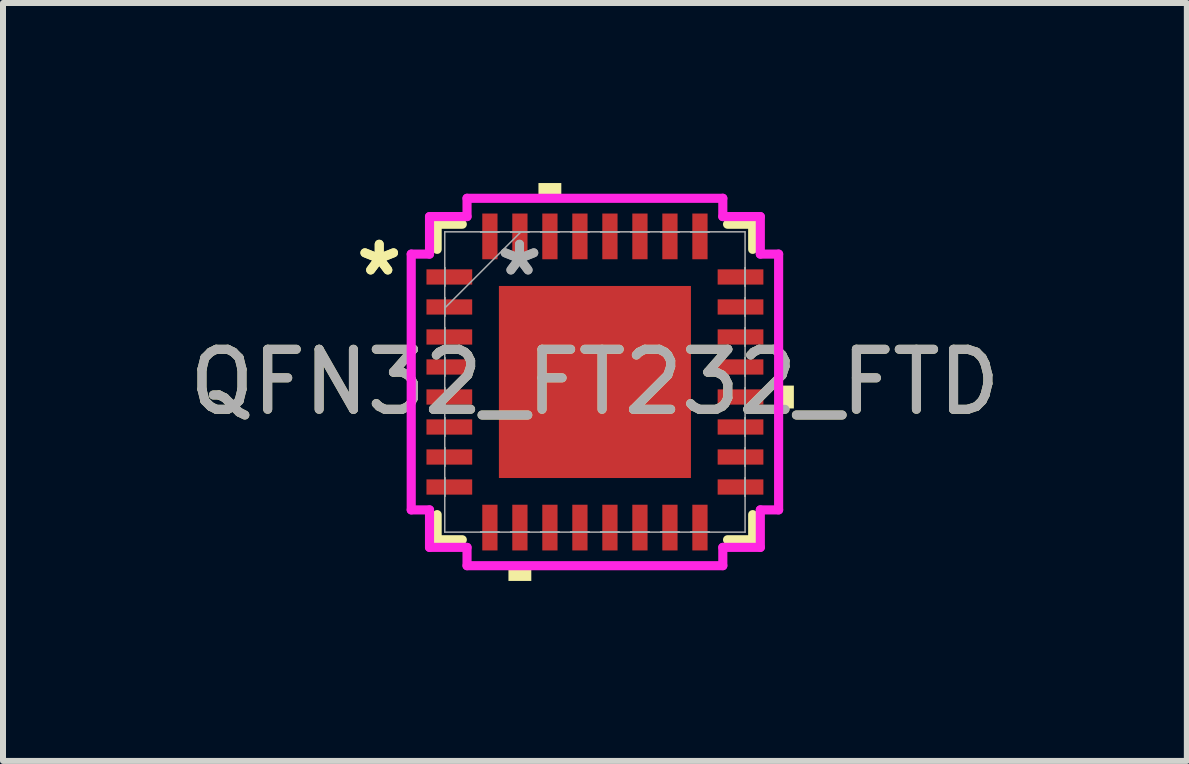
<source format=kicad_pcb>
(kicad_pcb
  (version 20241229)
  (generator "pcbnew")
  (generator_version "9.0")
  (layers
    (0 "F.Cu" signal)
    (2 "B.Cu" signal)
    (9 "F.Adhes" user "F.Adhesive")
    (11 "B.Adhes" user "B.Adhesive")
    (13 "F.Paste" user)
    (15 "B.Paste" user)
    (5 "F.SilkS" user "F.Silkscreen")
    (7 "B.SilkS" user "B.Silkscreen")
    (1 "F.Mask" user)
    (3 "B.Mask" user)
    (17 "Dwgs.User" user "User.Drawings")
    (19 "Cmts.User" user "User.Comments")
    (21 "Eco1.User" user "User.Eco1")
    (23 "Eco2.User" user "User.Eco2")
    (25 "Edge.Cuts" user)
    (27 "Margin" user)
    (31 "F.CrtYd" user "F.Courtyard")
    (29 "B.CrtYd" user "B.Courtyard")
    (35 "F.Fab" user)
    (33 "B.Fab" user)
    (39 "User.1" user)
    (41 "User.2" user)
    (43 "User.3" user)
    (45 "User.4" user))
  (footprint "QFN32_FT232_FTD"
    (layer "F.Cu")
    (at 6.863 3.315)
    (property "Reference" "QFN32_FT232_FTD" (at 0 0 0) (unlocked yes) (layer "F.SilkS") (effects (font (size 1 1) (thickness 0.15))))
    (attr smd)
    (fp_line (start -2.629 -2.629) (end -2.629 -2.21) (stroke (width 0.152) (type solid)) (layer "F.SilkS"))
    (fp_line (start -2.629 2.21) (end -2.629 2.629) (stroke (width 0.152) (type solid)) (layer "F.SilkS"))
    (fp_line (start -2.629 2.629) (end -2.21 2.629) (stroke (width 0.152) (type solid)) (layer "F.SilkS"))
    (fp_line (start -2.21 -2.629) (end -2.629 -2.629) (stroke (width 0.152) (type solid)) (layer "F.SilkS"))
    (fp_line (start 2.21 2.629) (end 2.629 2.629) (stroke (width 0.152) (type solid)) (layer "F.SilkS"))
    (fp_line (start 2.629 -2.629) (end 2.21 -2.629) (stroke (width 0.152) (type solid)) (layer "F.SilkS"))
    (fp_line (start 2.629 -2.21) (end 2.629 -2.629) (stroke (width 0.152) (type solid)) (layer "F.SilkS"))
    (fp_line (start 2.629 2.629) (end 2.629 2.21) (stroke (width 0.152) (type solid)) (layer "F.SilkS"))
    (fp_poly (pts (xy -1.441 3.061) (xy -1.441 3.315) (xy -1.06 3.315) (xy -1.06 3.061)) (stroke (width 0) (type solid)) (fill yes) (layer "F.SilkS"))
    (fp_poly (pts (xy -0.941 -3.061) (xy -0.941 -3.315) (xy -0.56 -3.315) (xy -0.56 -3.061)) (stroke (width 0) (type solid)) (fill yes) (layer "F.SilkS"))
    (fp_poly (pts (xy 3.315 0.06) (xy 3.315 0.441) (xy 3.061 0.441) (xy 3.061 0.06)) (stroke (width 0) (type solid)) (fill yes) (layer "F.SilkS"))
    (fp_line (start -3.061 -2.131) (end -2.756 -2.131) (stroke (width 0.152) (type solid)) (layer "F.CrtYd"))
    (fp_line (start -3.061 2.131) (end -3.061 -2.131) (stroke (width 0.152) (type solid)) (layer "F.CrtYd"))
    (fp_line (start -2.756 -2.756) (end -2.131 -2.756) (stroke (width 0.152) (type solid)) (layer "F.CrtYd"))
    (fp_line (start -2.756 -2.131) (end -2.756 -2.756) (stroke (width 0.152) (type solid)) (layer "F.CrtYd"))
    (fp_line (start -2.756 2.131) (end -3.061 2.131) (stroke (width 0.152) (type solid)) (layer "F.CrtYd"))
    (fp_line (start -2.756 2.756) (end -2.756 2.131) (stroke (width 0.152) (type solid)) (layer "F.CrtYd"))
    (fp_line (start -2.131 -3.061) (end 2.131 -3.061) (stroke (width 0.152) (type solid)) (layer "F.CrtYd"))
    (fp_line (start -2.131 -2.756) (end -2.131 -3.061) (stroke (width 0.152) (type solid)) (layer "F.CrtYd"))
    (fp_line (start -2.131 2.756) (end -2.756 2.756) (stroke (width 0.152) (type solid)) (layer "F.CrtYd"))
    (fp_line (start -2.131 3.061) (end -2.131 2.756) (stroke (width 0.152) (type solid)) (layer "F.CrtYd"))
    (fp_line (start 2.131 -3.061) (end 2.131 -2.756) (stroke (width 0.152) (type solid)) (layer "F.CrtYd"))
    (fp_line (start 2.131 -2.756) (end 2.756 -2.756) (stroke (width 0.152) (type solid)) (layer "F.CrtYd"))
    (fp_line (start 2.131 2.756) (end 2.131 3.061) (stroke (width 0.152) (type solid)) (layer "F.CrtYd"))
    (fp_line (start 2.131 3.061) (end -2.131 3.061) (stroke (width 0.152) (type solid)) (layer "F.CrtYd"))
    (fp_line (start 2.756 -2.756) (end 2.756 -2.131) (stroke (width 0.152) (type solid)) (layer "F.CrtYd"))
    (fp_line (start 2.756 -2.131) (end 3.061 -2.131) (stroke (width 0.152) (type solid)) (layer "F.CrtYd"))
    (fp_line (start 2.756 2.131) (end 2.756 2.756) (stroke (width 0.152) (type solid)) (layer "F.CrtYd"))
    (fp_line (start 2.756 2.756) (end 2.131 2.756) (stroke (width 0.152) (type solid)) (layer "F.CrtYd"))
    (fp_line (start 3.061 -2.131) (end 3.061 2.131) (stroke (width 0.152) (type solid)) (layer "F.CrtYd"))
    (fp_line (start 3.061 2.131) (end 2.756 2.131) (stroke (width 0.152) (type solid)) (layer "F.CrtYd"))
    (fp_line (start -2.502 -2.502) (end -2.502 2.502) (stroke (width 0.025) (type solid)) (layer "F.Fab"))
    (fp_line (start -2.502 -1.903) (end -2.502 -1.903) (stroke (width 0.025) (type solid)) (layer "F.Fab"))
    (fp_line (start -2.502 -1.903) (end -2.502 -1.598) (stroke (width 0.025) (type solid)) (layer "F.Fab"))
    (fp_line (start -2.502 -1.598) (end -2.502 -1.903) (stroke (width 0.025) (type solid)) (layer "F.Fab"))
    (fp_line (start -2.502 -1.598) (end -2.502 -1.598) (stroke (width 0.025) (type solid)) (layer "F.Fab"))
    (fp_line (start -2.502 -1.403) (end -2.502 -1.403) (stroke (width 0.025) (type solid)) (layer "F.Fab"))
    (fp_line (start -2.502 -1.403) (end -2.502 -1.098) (stroke (width 0.025) (type solid)) (layer "F.Fab"))
    (fp_line (start -2.502 -1.232) (end -1.232 -2.502) (stroke (width 0.025) (type solid)) (layer "F.Fab"))
    (fp_line (start -2.502 -1.098) (end -2.502 -1.403) (stroke (width 0.025) (type solid)) (layer "F.Fab"))
    (fp_line (start -2.502 -1.098) (end -2.502 -1.098) (stroke (width 0.025) (type solid)) (layer "F.Fab"))
    (fp_line (start -2.502 -0.903) (end -2.502 -0.903) (stroke (width 0.025) (type solid)) (layer "F.Fab"))
    (fp_line (start -2.502 -0.903) (end -2.502 -0.598) (stroke (width 0.025) (type solid)) (layer "F.Fab"))
    (fp_line (start -2.502 -0.598) (end -2.502 -0.903) (stroke (width 0.025) (type solid)) (layer "F.Fab"))
    (fp_line (start -2.502 -0.598) (end -2.502 -0.598) (stroke (width 0.025) (type solid)) (layer "F.Fab"))
    (fp_line (start -2.502 -0.402) (end -2.502 -0.402) (stroke (width 0.025) (type solid)) (layer "F.Fab"))
    (fp_line (start -2.502 -0.402) (end -2.502 -0.098) (stroke (width 0.025) (type solid)) (layer "F.Fab"))
    (fp_line (start -2.502 -0.098) (end -2.502 -0.402) (stroke (width 0.025) (type solid)) (layer "F.Fab"))
    (fp_line (start -2.502 -0.098) (end -2.502 -0.098) (stroke (width 0.025) (type solid)) (layer "F.Fab"))
    (fp_line (start -2.502 0.098) (end -2.502 0.098) (stroke (width 0.025) (type solid)) (layer "F.Fab"))
    (fp_line (start -2.502 0.098) (end -2.502 0.402) (stroke (width 0.025) (type solid)) (layer "F.Fab"))
    (fp_line (start -2.502 0.402) (end -2.502 0.098) (stroke (width 0.025) (type solid)) (layer "F.Fab"))
    (fp_line (start -2.502 0.402) (end -2.502 0.402) (stroke (width 0.025) (type solid)) (layer "F.Fab"))
    (fp_line (start -2.502 0.598) (end -2.502 0.598) (stroke (width 0.025) (type solid)) (layer "F.Fab"))
    (fp_line (start -2.502 0.598) (end -2.502 0.903) (stroke (width 0.025) (type solid)) (layer "F.Fab"))
    (fp_line (start -2.502 0.903) (end -2.502 0.598) (stroke (width 0.025) (type solid)) (layer "F.Fab"))
    (fp_line (start -2.502 0.903) (end -2.502 0.903) (stroke (width 0.025) (type solid)) (layer "F.Fab"))
    (fp_line (start -2.502 1.098) (end -2.502 1.098) (stroke (width 0.025) (type solid)) (layer "F.Fab"))
    (fp_line (start -2.502 1.098) (end -2.502 1.403) (stroke (width 0.025) (type solid)) (layer "F.Fab"))
    (fp_line (start -2.502 1.403) (end -2.502 1.098) (stroke (width 0.025) (type solid)) (layer "F.Fab"))
    (fp_line (start -2.502 1.403) (end -2.502 1.403) (stroke (width 0.025) (type solid)) (layer "F.Fab"))
    (fp_line (start -2.502 1.598) (end -2.502 1.598) (stroke (width 0.025) (type solid)) (layer "F.Fab"))
    (fp_line (start -2.502 1.598) (end -2.502 1.903) (stroke (width 0.025) (type solid)) (layer "F.Fab"))
    (fp_line (start -2.502 1.903) (end -2.502 1.598) (stroke (width 0.025) (type solid)) (layer "F.Fab"))
    (fp_line (start -2.502 1.903) (end -2.502 1.903) (stroke (width 0.025) (type solid)) (layer "F.Fab"))
    (fp_line (start -2.502 2.502) (end 2.502 2.502) (stroke (width 0.025) (type solid)) (layer "F.Fab"))
    (fp_line (start -1.903 -2.502) (end -1.903 -2.502) (stroke (width 0.025) (type solid)) (layer "F.Fab"))
    (fp_line (start -1.903 -2.502) (end -1.598 -2.502) (stroke (width 0.025) (type solid)) (layer "F.Fab"))
    (fp_line (start -1.903 2.502) (end -1.903 2.502) (stroke (width 0.025) (type solid)) (layer "F.Fab"))
    (fp_line (start -1.903 2.502) (end -1.598 2.502) (stroke (width 0.025) (type solid)) (layer "F.Fab"))
    (fp_line (start -1.598 -2.502) (end -1.903 -2.502) (stroke (width 0.025) (type solid)) (layer "F.Fab"))
    (fp_line (start -1.598 -2.502) (end -1.598 -2.502) (stroke (width 0.025) (type solid)) (layer "F.Fab"))
    (fp_line (start -1.598 2.502) (end -1.903 2.502) (stroke (width 0.025) (type solid)) (layer "F.Fab"))
    (fp_line (start -1.598 2.502) (end -1.598 2.502) (stroke (width 0.025) (type solid)) (layer "F.Fab"))
    (fp_line (start -1.403 -2.502) (end -1.403 -2.502) (stroke (width 0.025) (type solid)) (layer "F.Fab"))
    (fp_line (start -1.403 -2.502) (end -1.098 -2.502) (stroke (width 0.025) (type solid)) (layer "F.Fab"))
    (fp_line (start -1.403 2.502) (end -1.403 2.502) (stroke (width 0.025) (type solid)) (layer "F.Fab"))
    (fp_line (start -1.403 2.502) (end -1.098 2.502) (stroke (width 0.025) (type solid)) (layer "F.Fab"))
    (fp_line (start -1.098 -2.502) (end -1.403 -2.502) (stroke (width 0.025) (type solid)) (layer "F.Fab"))
    (fp_line (start -1.098 -2.502) (end -1.098 -2.502) (stroke (width 0.025) (type solid)) (layer "F.Fab"))
    (fp_line (start -1.098 2.502) (end -1.403 2.502) (stroke (width 0.025) (type solid)) (layer "F.Fab"))
    (fp_line (start -1.098 2.502) (end -1.098 2.502) (stroke (width 0.025) (type solid)) (layer "F.Fab"))
    (fp_line (start -0.903 -2.502) (end -0.903 -2.502) (stroke (width 0.025) (type solid)) (layer "F.Fab"))
    (fp_line (start -0.903 -2.502) (end -0.598 -2.502) (stroke (width 0.025) (type solid)) (layer "F.Fab"))
    (fp_line (start -0.903 2.502) (end -0.903 2.502) (stroke (width 0.025) (type solid)) (layer "F.Fab"))
    (fp_line (start -0.903 2.502) (end -0.598 2.502) (stroke (width 0.025) (type solid)) (layer "F.Fab"))
    (fp_line (start -0.598 -2.502) (end -0.903 -2.502) (stroke (width 0.025) (type solid)) (layer "F.Fab"))
    (fp_line (start -0.598 -2.502) (end -0.598 -2.502) (stroke (width 0.025) (type solid)) (layer "F.Fab"))
    (fp_line (start -0.598 2.502) (end -0.903 2.502) (stroke (width 0.025) (type solid)) (layer "F.Fab"))
    (fp_line (start -0.598 2.502) (end -0.598 2.502) (stroke (width 0.025) (type solid)) (layer "F.Fab"))
    (fp_line (start -0.402 -2.502) (end -0.402 -2.502) (stroke (width 0.025) (type solid)) (layer "F.Fab"))
    (fp_line (start -0.402 -2.502) (end -0.098 -2.502) (stroke (width 0.025) (type solid)) (layer "F.Fab"))
    (fp_line (start -0.402 2.502) (end -0.402 2.502) (stroke (width 0.025) (type solid)) (layer "F.Fab"))
    (fp_line (start -0.402 2.502) (end -0.098 2.502) (stroke (width 0.025) (type solid)) (layer "F.Fab"))
    (fp_line (start -0.098 -2.502) (end -0.402 -2.502) (stroke (width 0.025) (type solid)) (layer "F.Fab"))
    (fp_line (start -0.098 -2.502) (end -0.098 -2.502) (stroke (width 0.025) (type solid)) (layer "F.Fab"))
    (fp_line (start -0.098 2.502) (end -0.402 2.502) (stroke (width 0.025) (type solid)) (layer "F.Fab"))
    (fp_line (start -0.098 2.502) (end -0.098 2.502) (stroke (width 0.025) (type solid)) (layer "F.Fab"))
    (fp_line (start 0.098 -2.502) (end 0.098 -2.502) (stroke (width 0.025) (type solid)) (layer "F.Fab"))
    (fp_line (start 0.098 -2.502) (end 0.402 -2.502) (stroke (width 0.025) (type solid)) (layer "F.Fab"))
    (fp_line (start 0.098 2.502) (end 0.098 2.502) (stroke (width 0.025) (type solid)) (layer "F.Fab"))
    (fp_line (start 0.098 2.502) (end 0.402 2.502) (stroke (width 0.025) (type solid)) (layer "F.Fab"))
    (fp_line (start 0.402 -2.502) (end 0.098 -2.502) (stroke (width 0.025) (type solid)) (layer "F.Fab"))
    (fp_line (start 0.402 -2.502) (end 0.402 -2.502) (stroke (width 0.025) (type solid)) (layer "F.Fab"))
    (fp_line (start 0.402 2.502) (end 0.098 2.502) (stroke (width 0.025) (type solid)) (layer "F.Fab"))
    (fp_line (start 0.402 2.502) (end 0.402 2.502) (stroke (width 0.025) (type solid)) (layer "F.Fab"))
    (fp_line (start 0.598 -2.502) (end 0.598 -2.502) (stroke (width 0.025) (type solid)) (layer "F.Fab"))
    (fp_line (start 0.598 -2.502) (end 0.903 -2.502) (stroke (width 0.025) (type solid)) (layer "F.Fab"))
    (fp_line (start 0.598 2.502) (end 0.598 2.502) (stroke (width 0.025) (type solid)) (layer "F.Fab"))
    (fp_line (start 0.598 2.502) (end 0.903 2.502) (stroke (width 0.025) (type solid)) (layer "F.Fab"))
    (fp_line (start 0.903 -2.502) (end 0.598 -2.502) (stroke (width 0.025) (type solid)) (layer "F.Fab"))
    (fp_line (start 0.903 -2.502) (end 0.903 -2.502) (stroke (width 0.025) (type solid)) (layer "F.Fab"))
    (fp_line (start 0.903 2.502) (end 0.598 2.502) (stroke (width 0.025) (type solid)) (layer "F.Fab"))
    (fp_line (start 0.903 2.502) (end 0.903 2.502) (stroke (width 0.025) (type solid)) (layer "F.Fab"))
    (fp_line (start 1.098 -2.502) (end 1.098 -2.502) (stroke (width 0.025) (type solid)) (layer "F.Fab"))
    (fp_line (start 1.098 -2.502) (end 1.403 -2.502) (stroke (width 0.025) (type solid)) (layer "F.Fab"))
    (fp_line (start 1.098 2.502) (end 1.098 2.502) (stroke (width 0.025) (type solid)) (layer "F.Fab"))
    (fp_line (start 1.098 2.502) (end 1.403 2.502) (stroke (width 0.025) (type solid)) (layer "F.Fab"))
    (fp_line (start 1.403 -2.502) (end 1.098 -2.502) (stroke (width 0.025) (type solid)) (layer "F.Fab"))
    (fp_line (start 1.403 -2.502) (end 1.403 -2.502) (stroke (width 0.025) (type solid)) (layer "F.Fab"))
    (fp_line (start 1.403 2.502) (end 1.098 2.502) (stroke (width 0.025) (type solid)) (layer "F.Fab"))
    (fp_line (start 1.403 2.502) (end 1.403 2.502) (stroke (width 0.025) (type solid)) (layer "F.Fab"))
    (fp_line (start 1.598 -2.502) (end 1.598 -2.502) (stroke (width 0.025) (type solid)) (layer "F.Fab"))
    (fp_line (start 1.598 -2.502) (end 1.903 -2.502) (stroke (width 0.025) (type solid)) (layer "F.Fab"))
    (fp_line (start 1.598 2.502) (end 1.598 2.502) (stroke (width 0.025) (type solid)) (layer "F.Fab"))
    (fp_line (start 1.598 2.502) (end 1.903 2.502) (stroke (width 0.025) (type solid)) (layer "F.Fab"))
    (fp_line (start 1.903 -2.502) (end 1.598 -2.502) (stroke (width 0.025) (type solid)) (layer "F.Fab"))
    (fp_line (start 1.903 -2.502) (end 1.903 -2.502) (stroke (width 0.025) (type solid)) (layer "F.Fab"))
    (fp_line (start 1.903 2.502) (end 1.598 2.502) (stroke (width 0.025) (type solid)) (layer "F.Fab"))
    (fp_line (start 1.903 2.502) (end 1.903 2.502) (stroke (width 0.025) (type solid)) (layer "F.Fab"))
    (fp_line (start 2.502 -2.502) (end -2.502 -2.502) (stroke (width 0.025) (type solid)) (layer "F.Fab"))
    (fp_line (start 2.502 -1.903) (end 2.502 -1.903) (stroke (width 0.025) (type solid)) (layer "F.Fab"))
    (fp_line (start 2.502 -1.903) (end 2.502 -1.598) (stroke (width 0.025) (type solid)) (layer "F.Fab"))
    (fp_line (start 2.502 -1.598) (end 2.502 -1.903) (stroke (width 0.025) (type solid)) (layer "F.Fab"))
    (fp_line (start 2.502 -1.598) (end 2.502 -1.598) (stroke (width 0.025) (type solid)) (layer "F.Fab"))
    (fp_line (start 2.502 -1.403) (end 2.502 -1.403) (stroke (width 0.025) (type solid)) (layer "F.Fab"))
    (fp_line (start 2.502 -1.403) (end 2.502 -1.098) (stroke (width 0.025) (type solid)) (layer "F.Fab"))
    (fp_line (start 2.502 -1.098) (end 2.502 -1.403) (stroke (width 0.025) (type solid)) (layer "F.Fab"))
    (fp_line (start 2.502 -1.098) (end 2.502 -1.098) (stroke (width 0.025) (type solid)) (layer "F.Fab"))
    (fp_line (start 2.502 -0.903) (end 2.502 -0.903) (stroke (width 0.025) (type solid)) (layer "F.Fab"))
    (fp_line (start 2.502 -0.903) (end 2.502 -0.598) (stroke (width 0.025) (type solid)) (layer "F.Fab"))
    (fp_line (start 2.502 -0.598) (end 2.502 -0.903) (stroke (width 0.025) (type solid)) (layer "F.Fab"))
    (fp_line (start 2.502 -0.598) (end 2.502 -0.598) (stroke (width 0.025) (type solid)) (layer "F.Fab"))
    (fp_line (start 2.502 -0.402) (end 2.502 -0.402) (stroke (width 0.025) (type solid)) (layer "F.Fab"))
    (fp_line (start 2.502 -0.402) (end 2.502 -0.098) (stroke (width 0.025) (type solid)) (layer "F.Fab"))
    (fp_line (start 2.502 -0.098) (end 2.502 -0.402) (stroke (width 0.025) (type solid)) (layer "F.Fab"))
    (fp_line (start 2.502 -0.098) (end 2.502 -0.098) (stroke (width 0.025) (type solid)) (layer "F.Fab"))
    (fp_line (start 2.502 0.098) (end 2.502 0.098) (stroke (width 0.025) (type solid)) (layer "F.Fab"))
    (fp_line (start 2.502 0.098) (end 2.502 0.402) (stroke (width 0.025) (type solid)) (layer "F.Fab"))
    (fp_line (start 2.502 0.402) (end 2.502 0.098) (stroke (width 0.025) (type solid)) (layer "F.Fab"))
    (fp_line (start 2.502 0.402) (end 2.502 0.402) (stroke (width 0.025) (type solid)) (layer "F.Fab"))
    (fp_line (start 2.502 0.598) (end 2.502 0.598) (stroke (width 0.025) (type solid)) (layer "F.Fab"))
    (fp_line (start 2.502 0.598) (end 2.502 0.903) (stroke (width 0.025) (type solid)) (layer "F.Fab"))
    (fp_line (start 2.502 0.903) (end 2.502 0.598) (stroke (width 0.025) (type solid)) (layer "F.Fab"))
    (fp_line (start 2.502 0.903) (end 2.502 0.903) (stroke (width 0.025) (type solid)) (layer "F.Fab"))
    (fp_line (start 2.502 1.098) (end 2.502 1.098) (stroke (width 0.025) (type solid)) (layer "F.Fab"))
    (fp_line (start 2.502 1.098) (end 2.502 1.403) (stroke (width 0.025) (type solid)) (layer "F.Fab"))
    (fp_line (start 2.502 1.403) (end 2.502 1.098) (stroke (width 0.025) (type solid)) (layer "F.Fab"))
    (fp_line (start 2.502 1.403) (end 2.502 1.403) (stroke (width 0.025) (type solid)) (layer "F.Fab"))
    (fp_line (start 2.502 1.598) (end 2.502 1.598) (stroke (width 0.025) (type solid)) (layer "F.Fab"))
    (fp_line (start 2.502 1.598) (end 2.502 1.903) (stroke (width 0.025) (type solid)) (layer "F.Fab"))
    (fp_line (start 2.502 1.903) (end 2.502 1.598) (stroke (width 0.025) (type solid)) (layer "F.Fab"))
    (fp_line (start 2.502 1.903) (end 2.502 1.903) (stroke (width 0.025) (type solid)) (layer "F.Fab"))
    (fp_line (start 2.502 2.502) (end 2.502 -2.502) (stroke (width 0.025) (type solid)) (layer "F.Fab"))
    (fp_text user "*" (at -3.594 -1.75 0) (layer "F.SilkS") (effects (font (size 1 1) (thickness 0.15))))
    (fp_text user "*" (at -3.594 -1.75 0) (unlocked yes) (layer "F.SilkS") (effects (font (size 1 1) (thickness 0.15))))
    (fp_text user "*" (at -1.257 -1.75 0) (layer "F.Fab") (effects (font (size 1 1) (thickness 0.15))))
    (fp_text user "${REFERENCE}" (at 0 0 0) (unlocked yes) (layer "F.Fab") (effects (font (size 1 1) (thickness 0.15))))
    (fp_text user "*" (at -1.257 -1.75 0) (unlocked yes) (layer "F.Fab") (effects (font (size 1 1) (thickness 0.15))))
    (pad "1" smd rect (at -2.426 -1.75 90) (size 0.254 0.762) (layers "F.Cu" "F.Mask" "F.Paste"))
    (pad "2" smd rect (at -2.426 -1.25 90) (size 0.254 0.762) (layers "F.Cu" "F.Mask" "F.Paste"))
    (pad "3" smd rect (at -2.426 -0.75 90) (size 0.254 0.762) (layers "F.Cu" "F.Mask" "F.Paste"))
    (pad "4" smd rect (at -2.426 -0.25 90) (size 0.254 0.762) (layers "F.Cu" "F.Mask" "F.Paste"))
    (pad "5" smd rect (at -2.426 0.25 90) (size 0.254 0.762) (layers "F.Cu" "F.Mask" "F.Paste"))
    (pad "6" smd rect (at -2.426 0.75 90) (size 0.254 0.762) (layers "F.Cu" "F.Mask" "F.Paste"))
    (pad "7" smd rect (at -2.426 1.25 90) (size 0.254 0.762) (layers "F.Cu" "F.Mask" "F.Paste"))
    (pad "8" smd rect (at -2.426 1.75 90) (size 0.254 0.762) (layers "F.Cu" "F.Mask" "F.Paste"))
    (pad "9" smd rect (at -1.75 2.426) (size 0.254 0.762) (layers "F.Cu" "F.Mask" "F.Paste"))
    (pad "10" smd rect (at -1.25 2.426) (size 0.254 0.762) (layers "F.Cu" "F.Mask" "F.Paste"))
    (pad "11" smd rect (at -0.75 2.426) (size 0.254 0.762) (layers "F.Cu" "F.Mask" "F.Paste"))
    (pad "12" smd rect (at -0.25 2.426) (size 0.254 0.762) (layers "F.Cu" "F.Mask" "F.Paste"))
    (pad "13" smd rect (at 0.25 2.426) (size 0.254 0.762) (layers "F.Cu" "F.Mask" "F.Paste"))
    (pad "14" smd rect (at 0.75 2.426) (size 0.254 0.762) (layers "F.Cu" "F.Mask" "F.Paste"))
    (pad "15" smd rect (at 1.25 2.426) (size 0.254 0.762) (layers "F.Cu" "F.Mask" "F.Paste"))
    (pad "16" smd rect (at 1.75 2.426) (size 0.254 0.762) (layers "F.Cu" "F.Mask" "F.Paste"))
    (pad "17" smd rect (at 2.426 1.75 90) (size 0.254 0.762) (layers "F.Cu" "F.Mask" "F.Paste"))
    (pad "18" smd rect (at 2.426 1.25 90) (size 0.254 0.762) (layers "F.Cu" "F.Mask" "F.Paste"))
    (pad "19" smd rect (at 2.426 0.75 90) (size 0.254 0.762) (layers "F.Cu" "F.Mask" "F.Paste"))
    (pad "20" smd rect (at 2.426 0.25 90) (size 0.254 0.762) (layers "F.Cu" "F.Mask" "F.Paste"))
    (pad "21" smd rect (at 2.426 -0.25 90) (size 0.254 0.762) (layers "F.Cu" "F.Mask" "F.Paste"))
    (pad "22" smd rect (at 2.426 -0.75 90) (size 0.254 0.762) (layers "F.Cu" "F.Mask" "F.Paste"))
    (pad "23" smd rect (at 2.426 -1.25 90) (size 0.254 0.762) (layers "F.Cu" "F.Mask" "F.Paste"))
    (pad "24" smd rect (at 2.426 -1.75 90) (size 0.254 0.762) (layers "F.Cu" "F.Mask" "F.Paste"))
    (pad "25" smd rect (at 1.75 -2.426) (size 0.254 0.762) (layers "F.Cu" "F.Mask" "F.Paste"))
    (pad "26" smd rect (at 1.25 -2.426) (size 0.254 0.762) (layers "F.Cu" "F.Mask" "F.Paste"))
    (pad "27" smd rect (at 0.75 -2.426) (size 0.254 0.762) (layers "F.Cu" "F.Mask" "F.Paste"))
    (pad "28" smd rect (at 0.25 -2.426) (size 0.254 0.762) (layers "F.Cu" "F.Mask" "F.Paste"))
    (pad "29" smd rect (at -0.25 -2.426) (size 0.254 0.762) (layers "F.Cu" "F.Mask" "F.Paste"))
    (pad "30" smd rect (at -0.75 -2.426) (size 0.254 0.762) (layers "F.Cu" "F.Mask" "F.Paste"))
    (pad "31" smd rect (at -1.25 -2.426) (size 0.254 0.762) (layers "F.Cu" "F.Mask" "F.Paste"))
    (pad "32" smd rect (at -1.75 -2.426) (size 0.254 0.762) (layers "F.Cu" "F.Mask" "F.Paste"))
    (pad "33" smd rect (at 0 0) (size 3.2 3.2) (layers "F.Cu" "F.Mask" "F.Paste")))
  (gr_rect
    (start -3 -3)
    (end 16.726 9.629)
    (stroke (width 0.1) (type default))
    (fill no)
    (layer "Edge.Cuts")))
</source>
